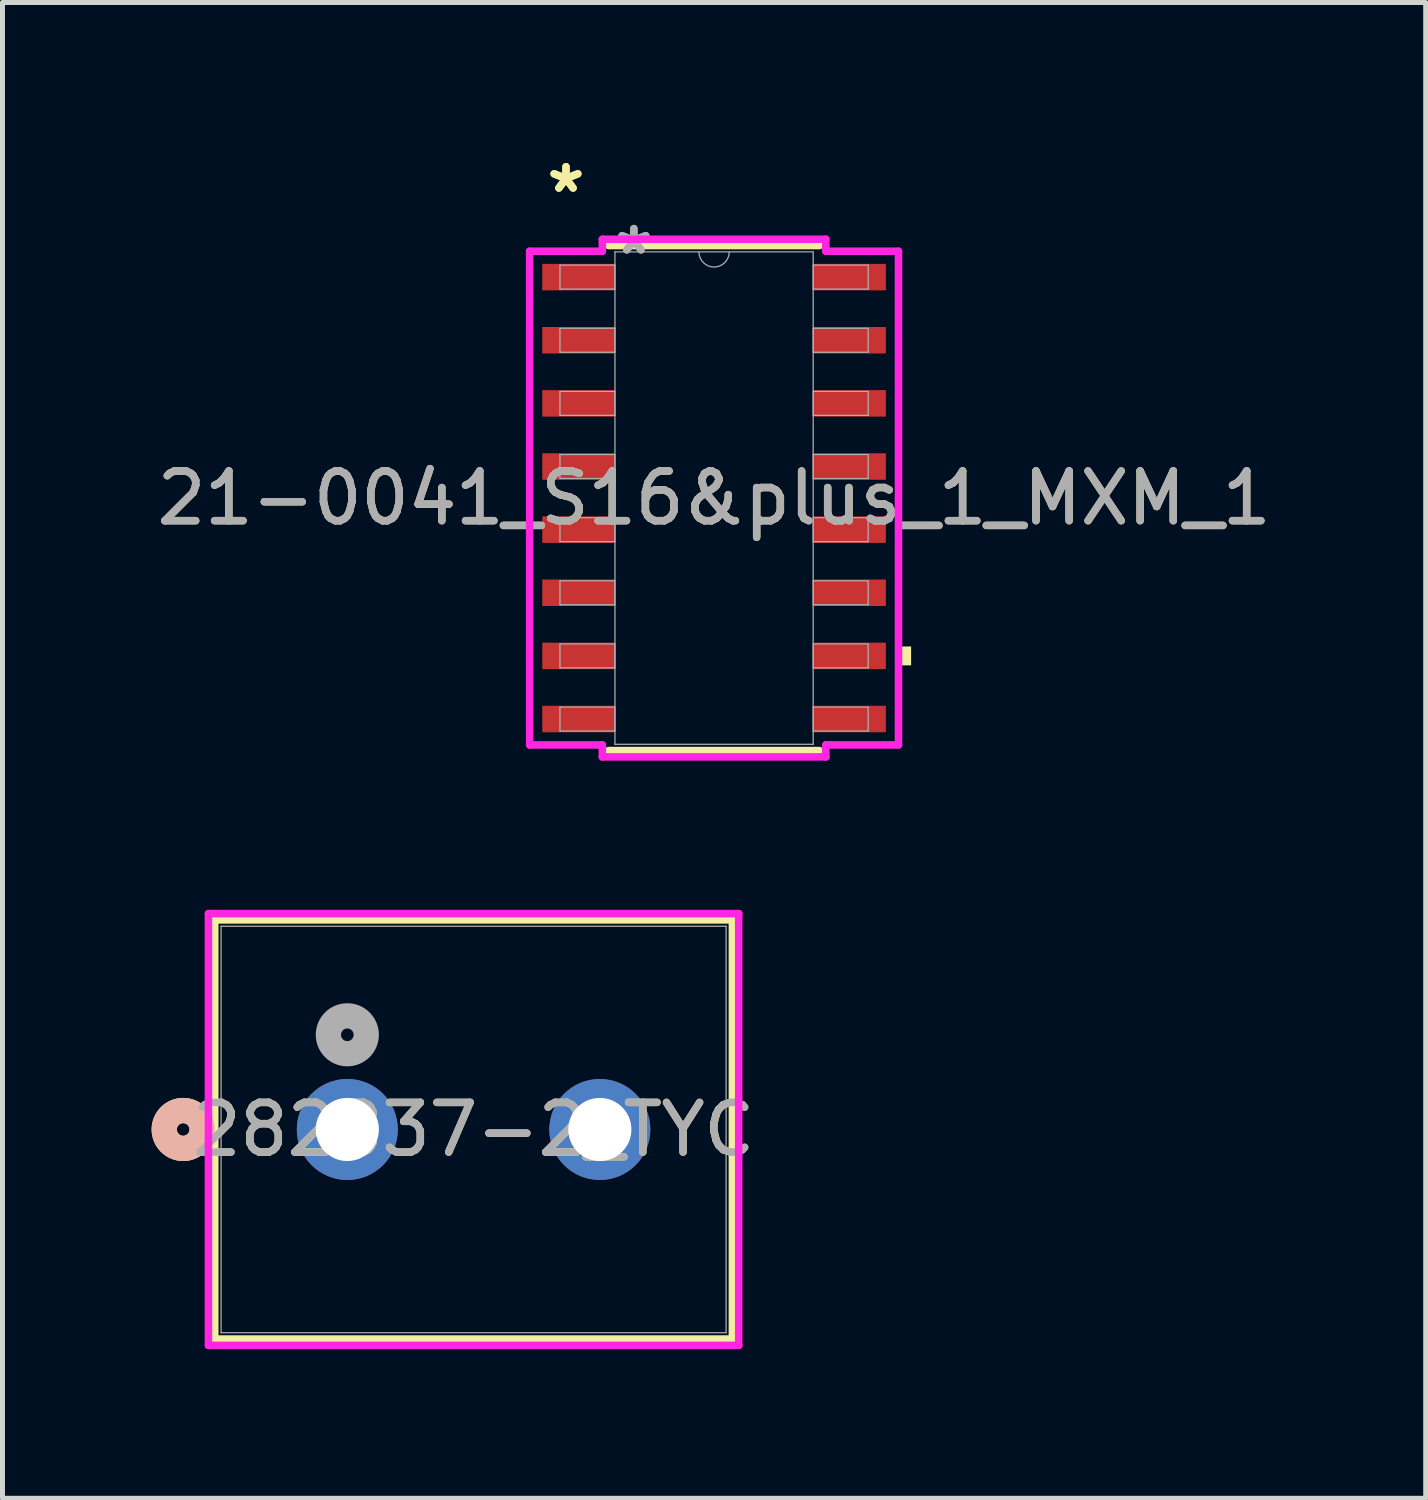
<source format=kicad_pcb>
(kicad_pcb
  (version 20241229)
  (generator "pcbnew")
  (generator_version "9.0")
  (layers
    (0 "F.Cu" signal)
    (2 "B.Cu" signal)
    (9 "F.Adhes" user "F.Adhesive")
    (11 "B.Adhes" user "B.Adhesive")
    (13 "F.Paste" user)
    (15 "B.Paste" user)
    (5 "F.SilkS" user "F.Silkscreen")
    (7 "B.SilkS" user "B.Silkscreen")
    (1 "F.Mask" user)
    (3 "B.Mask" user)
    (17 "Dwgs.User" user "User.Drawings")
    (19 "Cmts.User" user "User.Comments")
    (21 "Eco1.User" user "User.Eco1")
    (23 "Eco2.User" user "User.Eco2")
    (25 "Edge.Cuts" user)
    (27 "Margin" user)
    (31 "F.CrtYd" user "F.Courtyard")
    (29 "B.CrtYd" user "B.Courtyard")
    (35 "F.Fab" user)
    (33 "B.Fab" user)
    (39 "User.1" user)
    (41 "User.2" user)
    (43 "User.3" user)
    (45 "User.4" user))
  (footprint "282837-2_TYC"
    (layer "F.Cu")
    (at 3.937 19.672)
    (property "Reference" "282837-2_TYC" (at 2.54 0 0) (unlocked yes) (layer "F.SilkS") (effects (font (size 1 1) (thickness 0.15))))
    (attr through_hole)
    (fp_line (start -2.667 -4.216) (end -2.667 4.216) (stroke (width 0.152) (type solid)) (layer "F.SilkS"))
    (fp_line (start -2.667 4.216) (end 7.747 4.216) (stroke (width 0.152) (type solid)) (layer "F.SilkS"))
    (fp_line (start 7.747 -4.216) (end -2.667 -4.216) (stroke (width 0.152) (type solid)) (layer "F.SilkS"))
    (fp_line (start 7.747 4.216) (end 7.747 -4.216) (stroke (width 0.152) (type solid)) (layer "F.SilkS"))
    (fp_circle (center -3.302 0) (end -2.921 0) (stroke (width 0.508) (type solid)) (fill no) (layer "F.SilkS"))
    (fp_circle (center -3.302 0) (end -2.921 0) (stroke (width 0.508) (type solid)) (fill no) (layer "B.SilkS"))
    (fp_line (start -2.794 -4.343) (end -2.794 4.343) (stroke (width 0.152) (type solid)) (layer "F.CrtYd"))
    (fp_line (start -2.794 4.343) (end 7.874 4.343) (stroke (width 0.152) (type solid)) (layer "F.CrtYd"))
    (fp_line (start 7.874 -4.343) (end -2.794 -4.343) (stroke (width 0.152) (type solid)) (layer "F.CrtYd"))
    (fp_line (start 7.874 4.343) (end 7.874 -4.343) (stroke (width 0.152) (type solid)) (layer "F.CrtYd"))
    (fp_line (start -2.54 -4.089) (end -2.54 4.089) (stroke (width 0.025) (type solid)) (layer "F.Fab"))
    (fp_line (start -2.54 4.089) (end 7.62 4.089) (stroke (width 0.025) (type solid)) (layer "F.Fab"))
    (fp_line (start 7.62 -4.089) (end -2.54 -4.089) (stroke (width 0.025) (type solid)) (layer "F.Fab"))
    (fp_line (start 7.62 4.089) (end 7.62 -4.089) (stroke (width 0.025) (type solid)) (layer "F.Fab"))
    (fp_circle (center 0 -1.905) (end 0.381 -1.905) (stroke (width 0.508) (type solid)) (fill no) (layer "F.Fab"))
    (fp_text user "${REFERENCE}" (at 2.54 0 0) (unlocked yes) (layer "F.Fab") (effects (font (size 1 1) (thickness 0.15))))
    (pad "1" thru_hole circle (at 0 0) (size 2.032 2.032) (drill 1.27) (layers "*.Cu" "*.Mask"))
    (pad "2" thru_hole circle (at 5.08 0) (size 2.032 2.032) (drill 1.27) (layers "*.Cu" "*.Mask")))
  (footprint "21-0041_S16&plus_1_MXM_1"
    (layer "F.Cu")
    (at 11.315 6.97)
    (property "Reference" "21-0041_S16&plus_1_MXM_1" (at 0 0 0) (unlocked yes) (layer "F.SilkS") (effects (font (size 1 1) (thickness 0.15))))
    (attr smd)
    (fp_line (start -2.121 5.08) (end 2.121 5.08) (stroke (width 0.152) (type solid)) (layer "F.SilkS"))
    (fp_line (start 2.121 -5.08) (end -2.121 -5.08) (stroke (width 0.152) (type solid)) (layer "F.SilkS"))
    (fp_poly (pts (xy 3.964 2.985) (xy 3.964 3.365) (xy 3.71 3.365) (xy 3.71 2.985)) (stroke (width 0) (type solid)) (fill yes) (layer "F.SilkS"))
    (fp_line (start -3.71 -4.966) (end -2.248 -4.966) (stroke (width 0.152) (type solid)) (layer "F.CrtYd"))
    (fp_line (start -3.71 4.966) (end -3.71 -4.966) (stroke (width 0.152) (type solid)) (layer "F.CrtYd"))
    (fp_line (start -3.71 4.966) (end -2.248 4.966) (stroke (width 0.152) (type solid)) (layer "F.CrtYd"))
    (fp_line (start -2.248 -5.207) (end 2.248 -5.207) (stroke (width 0.152) (type solid)) (layer "F.CrtYd"))
    (fp_line (start -2.248 -4.966) (end -2.248 -5.207) (stroke (width 0.152) (type solid)) (layer "F.CrtYd"))
    (fp_line (start -2.248 5.207) (end -2.248 4.966) (stroke (width 0.152) (type solid)) (layer "F.CrtYd"))
    (fp_line (start 2.248 -5.207) (end 2.248 -4.966) (stroke (width 0.152) (type solid)) (layer "F.CrtYd"))
    (fp_line (start 2.248 4.966) (end 2.248 5.207) (stroke (width 0.152) (type solid)) (layer "F.CrtYd"))
    (fp_line (start 2.248 5.207) (end -2.248 5.207) (stroke (width 0.152) (type solid)) (layer "F.CrtYd"))
    (fp_line (start 3.71 -4.966) (end 2.248 -4.966) (stroke (width 0.152) (type solid)) (layer "F.CrtYd"))
    (fp_line (start 3.71 -4.966) (end 3.71 4.966) (stroke (width 0.152) (type solid)) (layer "F.CrtYd"))
    (fp_line (start 3.71 4.966) (end 2.248 4.966) (stroke (width 0.152) (type solid)) (layer "F.CrtYd"))
    (fp_line (start -3.1 -4.686) (end -3.1 -4.204) (stroke (width 0.025) (type solid)) (layer "F.Fab"))
    (fp_line (start -3.1 -4.204) (end -1.994 -4.204) (stroke (width 0.025) (type solid)) (layer "F.Fab"))
    (fp_line (start -3.1 -3.416) (end -3.1 -2.934) (stroke (width 0.025) (type solid)) (layer "F.Fab"))
    (fp_line (start -3.1 -2.934) (end -1.994 -2.934) (stroke (width 0.025) (type solid)) (layer "F.Fab"))
    (fp_line (start -3.1 -2.146) (end -3.1 -1.664) (stroke (width 0.025) (type solid)) (layer "F.Fab"))
    (fp_line (start -3.1 -1.664) (end -1.994 -1.664) (stroke (width 0.025) (type solid)) (layer "F.Fab"))
    (fp_line (start -3.1 -0.876) (end -3.1 -0.394) (stroke (width 0.025) (type solid)) (layer "F.Fab"))
    (fp_line (start -3.1 -0.394) (end -1.994 -0.394) (stroke (width 0.025) (type solid)) (layer "F.Fab"))
    (fp_line (start -3.1 0.394) (end -3.1 0.876) (stroke (width 0.025) (type solid)) (layer "F.Fab"))
    (fp_line (start -3.1 0.876) (end -1.994 0.876) (stroke (width 0.025) (type solid)) (layer "F.Fab"))
    (fp_line (start -3.1 1.664) (end -3.1 2.146) (stroke (width 0.025) (type solid)) (layer "F.Fab"))
    (fp_line (start -3.1 2.146) (end -1.994 2.146) (stroke (width 0.025) (type solid)) (layer "F.Fab"))
    (fp_line (start -3.1 2.934) (end -3.1 3.416) (stroke (width 0.025) (type solid)) (layer "F.Fab"))
    (fp_line (start -3.1 3.416) (end -1.994 3.416) (stroke (width 0.025) (type solid)) (layer "F.Fab"))
    (fp_line (start -3.1 4.204) (end -3.1 4.686) (stroke (width 0.025) (type solid)) (layer "F.Fab"))
    (fp_line (start -3.1 4.686) (end -1.994 4.686) (stroke (width 0.025) (type solid)) (layer "F.Fab"))
    (fp_line (start -1.994 -4.953) (end -1.994 4.953) (stroke (width 0.025) (type solid)) (layer "F.Fab"))
    (fp_line (start -1.994 -4.686) (end -3.1 -4.686) (stroke (width 0.025) (type solid)) (layer "F.Fab"))
    (fp_line (start -1.994 -4.204) (end -1.994 -4.686) (stroke (width 0.025) (type solid)) (layer "F.Fab"))
    (fp_line (start -1.994 -3.416) (end -3.1 -3.416) (stroke (width 0.025) (type solid)) (layer "F.Fab"))
    (fp_line (start -1.994 -2.934) (end -1.994 -3.416) (stroke (width 0.025) (type solid)) (layer "F.Fab"))
    (fp_line (start -1.994 -2.146) (end -3.1 -2.146) (stroke (width 0.025) (type solid)) (layer "F.Fab"))
    (fp_line (start -1.994 -1.664) (end -1.994 -2.146) (stroke (width 0.025) (type solid)) (layer "F.Fab"))
    (fp_line (start -1.994 -0.876) (end -3.1 -0.876) (stroke (width 0.025) (type solid)) (layer "F.Fab"))
    (fp_line (start -1.994 -0.394) (end -1.994 -0.876) (stroke (width 0.025) (type solid)) (layer "F.Fab"))
    (fp_line (start -1.994 0.394) (end -3.1 0.394) (stroke (width 0.025) (type solid)) (layer "F.Fab"))
    (fp_line (start -1.994 0.876) (end -1.994 0.394) (stroke (width 0.025) (type solid)) (layer "F.Fab"))
    (fp_line (start -1.994 1.664) (end -3.1 1.664) (stroke (width 0.025) (type solid)) (layer "F.Fab"))
    (fp_line (start -1.994 2.146) (end -1.994 1.664) (stroke (width 0.025) (type solid)) (layer "F.Fab"))
    (fp_line (start -1.994 2.934) (end -3.1 2.934) (stroke (width 0.025) (type solid)) (layer "F.Fab"))
    (fp_line (start -1.994 3.416) (end -1.994 2.934) (stroke (width 0.025) (type solid)) (layer "F.Fab"))
    (fp_line (start -1.994 4.204) (end -3.1 4.204) (stroke (width 0.025) (type solid)) (layer "F.Fab"))
    (fp_line (start -1.994 4.686) (end -1.994 4.204) (stroke (width 0.025) (type solid)) (layer "F.Fab"))
    (fp_line (start -1.994 4.953) (end 1.994 4.953) (stroke (width 0.025) (type solid)) (layer "F.Fab"))
    (fp_line (start 1.994 -4.953) (end -1.994 -4.953) (stroke (width 0.025) (type solid)) (layer "F.Fab"))
    (fp_line (start 1.994 -4.686) (end 1.994 -4.204) (stroke (width 0.025) (type solid)) (layer "F.Fab"))
    (fp_line (start 1.994 -4.204) (end 3.1 -4.204) (stroke (width 0.025) (type solid)) (layer "F.Fab"))
    (fp_line (start 1.994 -3.416) (end 1.994 -2.934) (stroke (width 0.025) (type solid)) (layer "F.Fab"))
    (fp_line (start 1.994 -2.934) (end 3.1 -2.934) (stroke (width 0.025) (type solid)) (layer "F.Fab"))
    (fp_line (start 1.994 -2.146) (end 1.994 -1.664) (stroke (width 0.025) (type solid)) (layer "F.Fab"))
    (fp_line (start 1.994 -1.664) (end 3.1 -1.664) (stroke (width 0.025) (type solid)) (layer "F.Fab"))
    (fp_line (start 1.994 -0.876) (end 1.994 -0.394) (stroke (width 0.025) (type solid)) (layer "F.Fab"))
    (fp_line (start 1.994 -0.394) (end 3.1 -0.394) (stroke (width 0.025) (type solid)) (layer "F.Fab"))
    (fp_line (start 1.994 0.394) (end 1.994 0.876) (stroke (width 0.025) (type solid)) (layer "F.Fab"))
    (fp_line (start 1.994 0.876) (end 3.1 0.876) (stroke (width 0.025) (type solid)) (layer "F.Fab"))
    (fp_line (start 1.994 1.664) (end 1.994 2.146) (stroke (width 0.025) (type solid)) (layer "F.Fab"))
    (fp_line (start 1.994 2.146) (end 3.1 2.146) (stroke (width 0.025) (type solid)) (layer "F.Fab"))
    (fp_line (start 1.994 2.934) (end 1.994 3.416) (stroke (width 0.025) (type solid)) (layer "F.Fab"))
    (fp_line (start 1.994 3.416) (end 3.1 3.416) (stroke (width 0.025) (type solid)) (layer "F.Fab"))
    (fp_line (start 1.994 4.204) (end 1.994 4.686) (stroke (width 0.025) (type solid)) (layer "F.Fab"))
    (fp_line (start 1.994 4.686) (end 3.1 4.686) (stroke (width 0.025) (type solid)) (layer "F.Fab"))
    (fp_line (start 1.994 4.953) (end 1.994 -4.953) (stroke (width 0.025) (type solid)) (layer "F.Fab"))
    (fp_line (start 3.1 -4.686) (end 1.994 -4.686) (stroke (width 0.025) (type solid)) (layer "F.Fab"))
    (fp_line (start 3.1 -4.204) (end 3.1 -4.686) (stroke (width 0.025) (type solid)) (layer "F.Fab"))
    (fp_line (start 3.1 -3.416) (end 1.994 -3.416) (stroke (width 0.025) (type solid)) (layer "F.Fab"))
    (fp_line (start 3.1 -2.934) (end 3.1 -3.416) (stroke (width 0.025) (type solid)) (layer "F.Fab"))
    (fp_line (start 3.1 -2.146) (end 1.994 -2.146) (stroke (width 0.025) (type solid)) (layer "F.Fab"))
    (fp_line (start 3.1 -1.664) (end 3.1 -2.146) (stroke (width 0.025) (type solid)) (layer "F.Fab"))
    (fp_line (start 3.1 -0.876) (end 1.994 -0.876) (stroke (width 0.025) (type solid)) (layer "F.Fab"))
    (fp_line (start 3.1 -0.394) (end 3.1 -0.876) (stroke (width 0.025) (type solid)) (layer "F.Fab"))
    (fp_line (start 3.1 0.394) (end 1.994 0.394) (stroke (width 0.025) (type solid)) (layer "F.Fab"))
    (fp_line (start 3.1 0.876) (end 3.1 0.394) (stroke (width 0.025) (type solid)) (layer "F.Fab"))
    (fp_line (start 3.1 1.664) (end 1.994 1.664) (stroke (width 0.025) (type solid)) (layer "F.Fab"))
    (fp_line (start 3.1 2.146) (end 3.1 1.664) (stroke (width 0.025) (type solid)) (layer "F.Fab"))
    (fp_line (start 3.1 2.934) (end 1.994 2.934) (stroke (width 0.025) (type solid)) (layer "F.Fab"))
    (fp_line (start 3.1 3.416) (end 3.1 2.934) (stroke (width 0.025) (type solid)) (layer "F.Fab"))
    (fp_line (start 3.1 4.204) (end 1.994 4.204) (stroke (width 0.025) (type solid)) (layer "F.Fab"))
    (fp_line (start 3.1 4.686) (end 3.1 4.204) (stroke (width 0.025) (type solid)) (layer "F.Fab"))
    (fp_arc (start 0.3048 -4.953) (mid 0 -4.6482) (end -0.3048 -4.953) (stroke (width 0.0254) (type solid)) (layer "F.Fab"))
    (fp_text user "*" (at -2.979 -6.121 0) (layer "F.SilkS") (effects (font (size 1 1) (thickness 0.15))))
    (fp_text user "*" (at -2.979 -6.121 0) (unlocked yes) (layer "F.SilkS") (effects (font (size 1 1) (thickness 0.15))))
    (fp_text user "*" (at -1.613 -4.877 0) (unlocked yes) (layer "F.Fab") (effects (font (size 1 1) (thickness 0.15))))
    (fp_text user "*" (at -1.613 -4.877 0) (layer "F.Fab") (effects (font (size 1 1) (thickness 0.15))))
    (fp_text user "${REFERENCE}" (at 0 0 0) (unlocked yes) (layer "F.Fab") (effects (font (size 1 1) (thickness 0.15))))
    (pad "1" smd rect (at -2.725 -4.445) (size 1.462 0.533) (layers "F.Cu" "F.Mask" "F.Paste"))
    (pad "2" smd rect (at -2.725 -3.175) (size 1.462 0.533) (layers "F.Cu" "F.Mask" "F.Paste"))
    (pad "3" smd rect (at -2.725 -1.905) (size 1.462 0.533) (layers "F.Cu" "F.Mask" "F.Paste"))
    (pad "4" smd rect (at -2.725 -0.635) (size 1.462 0.533) (layers "F.Cu" "F.Mask" "F.Paste"))
    (pad "5" smd rect (at -2.725 0.635) (size 1.462 0.533) (layers "F.Cu" "F.Mask" "F.Paste"))
    (pad "6" smd rect (at -2.725 1.905) (size 1.462 0.533) (layers "F.Cu" "F.Mask" "F.Paste"))
    (pad "7" smd rect (at -2.725 3.175) (size 1.462 0.533) (layers "F.Cu" "F.Mask" "F.Paste"))
    (pad "8" smd rect (at -2.725 4.445) (size 1.462 0.533) (layers "F.Cu" "F.Mask" "F.Paste"))
    (pad "9" smd rect (at 2.725 4.445) (size 1.462 0.533) (layers "F.Cu" "F.Mask" "F.Paste"))
    (pad "10" smd rect (at 2.725 3.175) (size 1.462 0.533) (layers "F.Cu" "F.Mask" "F.Paste"))
    (pad "11" smd rect (at 2.725 1.905) (size 1.462 0.533) (layers "F.Cu" "F.Mask" "F.Paste"))
    (pad "12" smd rect (at 2.725 0.635) (size 1.462 0.533) (layers "F.Cu" "F.Mask" "F.Paste"))
    (pad "13" smd rect (at 2.725 -0.635) (size 1.462 0.533) (layers "F.Cu" "F.Mask" "F.Paste"))
    (pad "14" smd rect (at 2.725 -1.905) (size 1.462 0.533) (layers "F.Cu" "F.Mask" "F.Paste"))
    (pad "15" smd rect (at 2.725 -3.175) (size 1.462 0.533) (layers "F.Cu" "F.Mask" "F.Paste"))
    (pad "16" smd rect (at 2.725 -4.445) (size 1.462 0.533) (layers "F.Cu" "F.Mask" "F.Paste")))
  (gr_rect
    (start -3 -3)
    (end 25.631 27.092)
    (stroke (width 0.1) (type default))
    (fill no)
    (layer "Edge.Cuts")))
</source>
